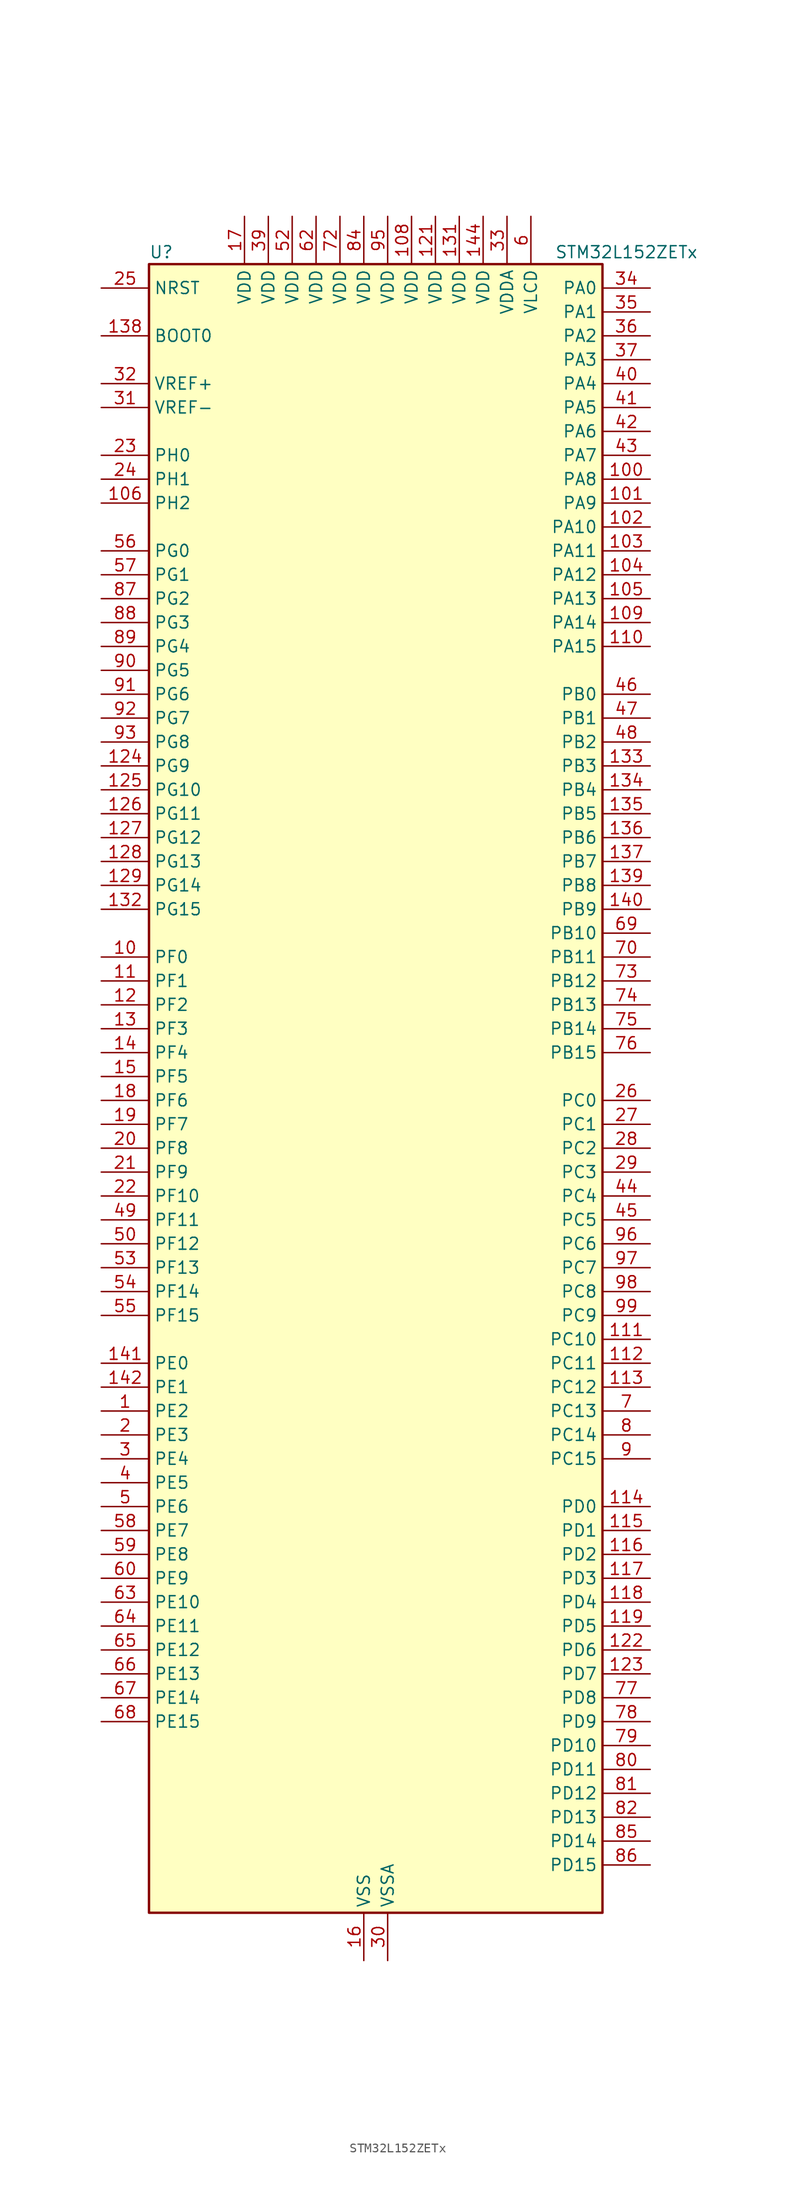
<source format=kicad_sym>
(kicad_symbol_lib
  (version 20231120)
  (generator "kicad-library-utils")
  (generator_version "8.0")
  (symbol "STM32L152ZETx"
    (property "Reference" "U"
      (at -22.86 90.17 0)
      (effects (font (size 1.27 1.27)) (justify left)))
    (property "Value" "STM32L152ZETx"
      (at 20.32 90.17 0)
      (effects (font (size 1.27 1.27)) (justify left)))
    (symbol "STM32L152ZETx_0_1"
      (rectangle (start -22.86 -86.36) (end 25.4 88.9) (stroke (width 0.254) (type default)) (fill (type background))))
    (symbol "STM32L152ZETx_1_1"
      (pin bidirectional line (at -27.94 -33.02 0) (length 5.08) (name "PE2" (effects (font (size 1.27 1.27)))) (number "1" (effects (font (size 1.27 1.27)))) (alternate "LCD_SEG38" bidirectional line) (alternate "SYS_TRACECK" bidirectional line) (alternate "TIM3_ETR" bidirectional line) (alternate "TIMX_IC3" bidirectional line))
      (pin bidirectional line (at -27.94 15.24 0) (length 5.08) (name "PF0" (effects (font (size 1.27 1.27)))) (number "10" (effects (font (size 1.27 1.27)))))
      (pin bidirectional line (at 30.48 66.04 180) (length 5.08) (name "PA8" (effects (font (size 1.27 1.27)))) (number "100" (effects (font (size 1.27 1.27)))) (alternate "LCD_COM0" bidirectional line) (alternate "RCC_MCO" bidirectional line) (alternate "TIMX_IC1" bidirectional line) (alternate "TS_G4_IO1" bidirectional line) (alternate "USART1_CK" bidirectional line))
      (pin bidirectional line (at 30.48 63.5 180) (length 5.08) (name "PA9" (effects (font (size 1.27 1.27)))) (number "101" (effects (font (size 1.27 1.27)))) (alternate "DAC_EXTI9" bidirectional line) (alternate "LCD_COM1" bidirectional line) (alternate "TIMX_IC2" bidirectional line) (alternate "TS_G4_IO2" bidirectional line) (alternate "USART1_TX" bidirectional line))
      (pin bidirectional line (at 30.48 60.96 180) (length 5.08) (name "PA10" (effects (font (size 1.27 1.27)))) (number "102" (effects (font (size 1.27 1.27)))) (alternate "LCD_COM2" bidirectional line) (alternate "TIMX_IC3" bidirectional line) (alternate "TS_G4_IO3" bidirectional line) (alternate "USART1_RX" bidirectional line))
      (pin bidirectional line (at 30.48 58.42 180) (length 5.08) (name "PA11" (effects (font (size 1.27 1.27)))) (number "103" (effects (font (size 1.27 1.27)))) (alternate "ADC_EXTI11" bidirectional line) (alternate "SPI1_MISO" bidirectional line) (alternate "TIMX_IC4" bidirectional line) (alternate "USART1_CTS" bidirectional line) (alternate "USB_DM" bidirectional line))
      (pin bidirectional line (at 30.48 55.88 180) (length 5.08) (name "PA12" (effects (font (size 1.27 1.27)))) (number "104" (effects (font (size 1.27 1.27)))) (alternate "SPI1_MOSI" bidirectional line) (alternate "TIMX_IC1" bidirectional line) (alternate "USART1_RTS" bidirectional line) (alternate "USB_DP" bidirectional line))
      (pin bidirectional line (at 30.48 53.34 180) (length 5.08) (name "PA13" (effects (font (size 1.27 1.27)))) (number "105" (effects (font (size 1.27 1.27)))) (alternate "SYS_JTMS-SWDIO" bidirectional line) (alternate "TIMX_IC2" bidirectional line) (alternate "TS_G5_IO1" bidirectional line))
      (pin bidirectional line (at -27.94 63.5 0) (length 5.08) (name "PH2" (effects (font (size 1.27 1.27)))) (number "106" (effects (font (size 1.27 1.27)))))
      (pin passive line (at 0 -91.44 90) (length 5.08) hide (name "VSS" (effects (font (size 1.27 1.27)))) (number "107" (effects (font (size 1.27 1.27)))))
      (pin power_in line (at 5.08 93.98 270) (length 5.08) (name "VDD" (effects (font (size 1.27 1.27)))) (number "108" (effects (font (size 1.27 1.27)))))
      (pin bidirectional line (at 30.48 50.8 180) (length 5.08) (name "PA14" (effects (font (size 1.27 1.27)))) (number "109" (effects (font (size 1.27 1.27)))) (alternate "SYS_JTCK-SWCLK" bidirectional line) (alternate "TIMX_IC3" bidirectional line) (alternate "TS_G5_IO2" bidirectional line))
      (pin bidirectional line (at -27.94 12.7 0) (length 5.08) (name "PF1" (effects (font (size 1.27 1.27)))) (number "11" (effects (font (size 1.27 1.27)))))
      (pin bidirectional line (at 30.48 48.26 180) (length 5.08) (name "PA15" (effects (font (size 1.27 1.27)))) (number "110" (effects (font (size 1.27 1.27)))) (alternate "ADC_EXTI15" bidirectional line) (alternate "I2S3_WS" bidirectional line) (alternate "LCD_SEG17" bidirectional line) (alternate "SPI1_NSS" bidirectional line) (alternate "SPI3_NSS" bidirectional line) (alternate "SYS_JTDI" bidirectional line) (alternate "TIM2_CH1" bidirectional line) (alternate "TIM2_ETR" bidirectional line) (alternate "TIMX_IC4" bidirectional line) (alternate "TS_G5_IO3" bidirectional line))
      (pin bidirectional line (at 30.48 -25.4 180) (length 5.08) (name "PC10" (effects (font (size 1.27 1.27)))) (number "111" (effects (font (size 1.27 1.27)))) (alternate "I2S3_CK" bidirectional line) (alternate "LCD_COM4" bidirectional line) (alternate "LCD_SEG28" bidirectional line) (alternate "LCD_SEG40" bidirectional line) (alternate "SPI3_SCK" bidirectional line) (alternate "TIMX_IC3" bidirectional line) (alternate "UART4_TX" bidirectional line) (alternate "USART3_TX" bidirectional line))
      (pin bidirectional line (at 30.48 -27.94 180) (length 5.08) (name "PC11" (effects (font (size 1.27 1.27)))) (number "112" (effects (font (size 1.27 1.27)))) (alternate "ADC_EXTI11" bidirectional line) (alternate "LCD_COM5" bidirectional line) (alternate "LCD_SEG29" bidirectional line) (alternate "LCD_SEG41" bidirectional line) (alternate "SPI3_MISO" bidirectional line) (alternate "TIMX_IC4" bidirectional line) (alternate "UART4_RX" bidirectional line) (alternate "USART3_RX" bidirectional line))
      (pin bidirectional line (at 30.48 -30.48 180) (length 5.08) (name "PC12" (effects (font (size 1.27 1.27)))) (number "113" (effects (font (size 1.27 1.27)))) (alternate "I2S3_SD" bidirectional line) (alternate "LCD_COM6" bidirectional line) (alternate "LCD_SEG30" bidirectional line) (alternate "LCD_SEG42" bidirectional line) (alternate "SPI3_MOSI" bidirectional line) (alternate "TIMX_IC1" bidirectional line) (alternate "UART5_TX" bidirectional line) (alternate "USART3_CK" bidirectional line))
      (pin bidirectional line (at 30.48 -43.18 180) (length 5.08) (name "PD0" (effects (font (size 1.27 1.27)))) (number "114" (effects (font (size 1.27 1.27)))) (alternate "I2S2_WS" bidirectional line) (alternate "SPI2_NSS" bidirectional line) (alternate "TIM9_CH1" bidirectional line) (alternate "TIMX_IC1" bidirectional line))
      (pin bidirectional line (at 30.48 -45.72 180) (length 5.08) (name "PD1" (effects (font (size 1.27 1.27)))) (number "115" (effects (font (size 1.27 1.27)))) (alternate "I2S2_CK" bidirectional line) (alternate "SPI2_SCK" bidirectional line) (alternate "TIMX_IC2" bidirectional line))
      (pin bidirectional line (at 30.48 -48.26 180) (length 5.08) (name "PD2" (effects (font (size 1.27 1.27)))) (number "116" (effects (font (size 1.27 1.27)))) (alternate "LCD_COM7" bidirectional line) (alternate "LCD_SEG31" bidirectional line) (alternate "LCD_SEG43" bidirectional line) (alternate "TIM3_ETR" bidirectional line) (alternate "TIMX_IC3" bidirectional line) (alternate "UART5_RX" bidirectional line))
      (pin bidirectional line (at 30.48 -50.8 180) (length 5.08) (name "PD3" (effects (font (size 1.27 1.27)))) (number "117" (effects (font (size 1.27 1.27)))) (alternate "SPI2_MISO" bidirectional line) (alternate "TIMX_IC4" bidirectional line) (alternate "USART2_CTS" bidirectional line))
      (pin bidirectional line (at 30.48 -53.34 180) (length 5.08) (name "PD4" (effects (font (size 1.27 1.27)))) (number "118" (effects (font (size 1.27 1.27)))) (alternate "I2S2_SD" bidirectional line) (alternate "SPI2_MOSI" bidirectional line) (alternate "TIMX_IC1" bidirectional line) (alternate "USART2_RTS" bidirectional line))
      (pin bidirectional line (at 30.48 -55.88 180) (length 5.08) (name "PD5" (effects (font (size 1.27 1.27)))) (number "119" (effects (font (size 1.27 1.27)))) (alternate "TIMX_IC2" bidirectional line) (alternate "USART2_TX" bidirectional line))
      (pin bidirectional line (at -27.94 10.16 0) (length 5.08) (name "PF2" (effects (font (size 1.27 1.27)))) (number "12" (effects (font (size 1.27 1.27)))))
      (pin passive line (at 0 -91.44 90) (length 5.08) hide (name "VSS" (effects (font (size 1.27 1.27)))) (number "120" (effects (font (size 1.27 1.27)))))
      (pin power_in line (at 7.62 93.98 270) (length 5.08) (name "VDD" (effects (font (size 1.27 1.27)))) (number "121" (effects (font (size 1.27 1.27)))))
      (pin bidirectional line (at 30.48 -58.42 180) (length 5.08) (name "PD6" (effects (font (size 1.27 1.27)))) (number "122" (effects (font (size 1.27 1.27)))) (alternate "TIMX_IC3" bidirectional line) (alternate "USART2_RX" bidirectional line))
      (pin bidirectional line (at 30.48 -60.96 180) (length 5.08) (name "PD7" (effects (font (size 1.27 1.27)))) (number "123" (effects (font (size 1.27 1.27)))) (alternate "TIM9_CH2" bidirectional line) (alternate "TIMX_IC4" bidirectional line) (alternate "USART2_CK" bidirectional line))
      (pin bidirectional line (at -27.94 35.56 0) (length 5.08) (name "PG9" (effects (font (size 1.27 1.27)))) (number "124" (effects (font (size 1.27 1.27)))) (alternate "DAC_EXTI9" bidirectional line))
      (pin bidirectional line (at -27.94 33.02 0) (length 5.08) (name "PG10" (effects (font (size 1.27 1.27)))) (number "125" (effects (font (size 1.27 1.27)))))
      (pin bidirectional line (at -27.94 30.48 0) (length 5.08) (name "PG11" (effects (font (size 1.27 1.27)))) (number "126" (effects (font (size 1.27 1.27)))) (alternate "ADC_EXTI11" bidirectional line))
      (pin bidirectional line (at -27.94 27.94 0) (length 5.08) (name "PG12" (effects (font (size 1.27 1.27)))) (number "127" (effects (font (size 1.27 1.27)))))
      (pin bidirectional line (at -27.94 25.4 0) (length 5.08) (name "PG13" (effects (font (size 1.27 1.27)))) (number "128" (effects (font (size 1.27 1.27)))))
      (pin bidirectional line (at -27.94 22.86 0) (length 5.08) (name "PG14" (effects (font (size 1.27 1.27)))) (number "129" (effects (font (size 1.27 1.27)))))
      (pin bidirectional line (at -27.94 7.62 0) (length 5.08) (name "PF3" (effects (font (size 1.27 1.27)))) (number "13" (effects (font (size 1.27 1.27)))))
      (pin passive line (at 0 -91.44 90) (length 5.08) hide (name "VSS" (effects (font (size 1.27 1.27)))) (number "130" (effects (font (size 1.27 1.27)))))
      (pin power_in line (at 10.16 93.98 270) (length 5.08) (name "VDD" (effects (font (size 1.27 1.27)))) (number "131" (effects (font (size 1.27 1.27)))))
      (pin bidirectional line (at -27.94 20.32 0) (length 5.08) (name "PG15" (effects (font (size 1.27 1.27)))) (number "132" (effects (font (size 1.27 1.27)))) (alternate "ADC_EXTI15" bidirectional line))
      (pin bidirectional line (at 30.48 35.56 180) (length 5.08) (name "PB3" (effects (font (size 1.27 1.27)))) (number "133" (effects (font (size 1.27 1.27)))) (alternate "COMP2_INM" bidirectional line) (alternate "I2S3_CK" bidirectional line) (alternate "LCD_SEG7" bidirectional line) (alternate "SPI1_SCK" bidirectional line) (alternate "SPI3_SCK" bidirectional line) (alternate "SYS_JTDO-TRACESWO" bidirectional line) (alternate "TIM2_CH2" bidirectional line))
      (pin bidirectional line (at 30.48 33.02 180) (length 5.08) (name "PB4" (effects (font (size 1.27 1.27)))) (number "134" (effects (font (size 1.27 1.27)))) (alternate "COMP2_INP" bidirectional line) (alternate "LCD_SEG8" bidirectional line) (alternate "SPI1_MISO" bidirectional line) (alternate "SPI3_MISO" bidirectional line) (alternate "SYS_JTRST" bidirectional line) (alternate "TIM3_CH1" bidirectional line) (alternate "TS_G6_IO1" bidirectional line))
      (pin bidirectional line (at 30.48 30.48 180) (length 5.08) (name "PB5" (effects (font (size 1.27 1.27)))) (number "135" (effects (font (size 1.27 1.27)))) (alternate "COMP2_INP" bidirectional line) (alternate "I2C1_SMBA" bidirectional line) (alternate "I2S3_SD" bidirectional line) (alternate "LCD_SEG9" bidirectional line) (alternate "SPI1_MOSI" bidirectional line) (alternate "SPI3_MOSI" bidirectional line) (alternate "TIM3_CH2" bidirectional line) (alternate "TS_G6_IO2" bidirectional line))
      (pin bidirectional line (at 30.48 27.94 180) (length 5.08) (name "PB6" (effects (font (size 1.27 1.27)))) (number "136" (effects (font (size 1.27 1.27)))) (alternate "COMP2_INP" bidirectional line) (alternate "I2C1_SCL" bidirectional line) (alternate "TIM4_CH1" bidirectional line) (alternate "TS_G6_IO3" bidirectional line) (alternate "USART1_TX" bidirectional line))
      (pin bidirectional line (at 30.48 25.4 180) (length 5.08) (name "PB7" (effects (font (size 1.27 1.27)))) (number "137" (effects (font (size 1.27 1.27)))) (alternate "COMP2_INP" bidirectional line) (alternate "I2C1_SDA" bidirectional line) (alternate "SYS_PVD_IN" bidirectional line) (alternate "TIM4_CH2" bidirectional line) (alternate "TS_G6_IO4" bidirectional line) (alternate "USART1_RX" bidirectional line))
      (pin input line (at -27.94 81.28 0) (length 5.08) (name "BOOT0" (effects (font (size 1.27 1.27)))) (number "138" (effects (font (size 1.27 1.27)))))
      (pin bidirectional line (at 30.48 22.86 180) (length 5.08) (name "PB8" (effects (font (size 1.27 1.27)))) (number "139" (effects (font (size 1.27 1.27)))) (alternate "I2C1_SCL" bidirectional line) (alternate "LCD_SEG16" bidirectional line) (alternate "TIM10_CH1" bidirectional line) (alternate "TIM4_CH3" bidirectional line))
      (pin bidirectional line (at -27.94 5.08 0) (length 5.08) (name "PF4" (effects (font (size 1.27 1.27)))) (number "14" (effects (font (size 1.27 1.27)))))
      (pin bidirectional line (at 30.48 20.32 180) (length 5.08) (name "PB9" (effects (font (size 1.27 1.27)))) (number "140" (effects (font (size 1.27 1.27)))) (alternate "DAC_EXTI9" bidirectional line) (alternate "I2C1_SDA" bidirectional line) (alternate "LCD_COM3" bidirectional line) (alternate "TIM11_CH1" bidirectional line) (alternate "TIM4_CH4" bidirectional line))
      (pin bidirectional line (at -27.94 -27.94 0) (length 5.08) (name "PE0" (effects (font (size 1.27 1.27)))) (number "141" (effects (font (size 1.27 1.27)))) (alternate "LCD_SEG36" bidirectional line) (alternate "TIM10_CH1" bidirectional line) (alternate "TIM4_ETR" bidirectional line) (alternate "TIMX_IC1" bidirectional line))
      (pin bidirectional line (at -27.94 -30.48 0) (length 5.08) (name "PE1" (effects (font (size 1.27 1.27)))) (number "142" (effects (font (size 1.27 1.27)))) (alternate "LCD_SEG37" bidirectional line) (alternate "TIM11_CH1" bidirectional line) (alternate "TIMX_IC2" bidirectional line))
      (pin passive line (at 0 -91.44 90) (length 5.08) hide (name "VSS" (effects (font (size 1.27 1.27)))) (number "143" (effects (font (size 1.27 1.27)))))
      (pin power_in line (at 12.7 93.98 270) (length 5.08) (name "VDD" (effects (font (size 1.27 1.27)))) (number "144" (effects (font (size 1.27 1.27)))))
      (pin bidirectional line (at -27.94 2.54 0) (length 5.08) (name "PF5" (effects (font (size 1.27 1.27)))) (number "15" (effects (font (size 1.27 1.27)))))
      (pin power_in line (at 0 -91.44 90) (length 5.08) (name "VSS" (effects (font (size 1.27 1.27)))) (number "16" (effects (font (size 1.27 1.27)))))
      (pin power_in line (at -12.7 93.98 270) (length 5.08) (name "VDD" (effects (font (size 1.27 1.27)))) (number "17" (effects (font (size 1.27 1.27)))))
      (pin bidirectional line (at -27.94 0 0) (length 5.08) (name "PF6" (effects (font (size 1.27 1.27)))) (number "18" (effects (font (size 1.27 1.27)))) (alternate "ADC_IN27" bidirectional line) (alternate "TIM5_CH1" bidirectional line) (alternate "TIM5_ETR" bidirectional line) (alternate "TS_G11_IO1" bidirectional line))
      (pin bidirectional line (at -27.94 -2.54 0) (length 5.08) (name "PF7" (effects (font (size 1.27 1.27)))) (number "19" (effects (font (size 1.27 1.27)))) (alternate "ADC_IN28" bidirectional line) (alternate "COMP1_INP" bidirectional line) (alternate "TIM5_CH2" bidirectional line) (alternate "TS_G11_IO2" bidirectional line))
      (pin bidirectional line (at -27.94 -35.56 0) (length 5.08) (name "PE3" (effects (font (size 1.27 1.27)))) (number "2" (effects (font (size 1.27 1.27)))) (alternate "LCD_SEG39" bidirectional line) (alternate "SYS_TRACED0" bidirectional line) (alternate "TIM3_CH1" bidirectional line) (alternate "TIMX_IC4" bidirectional line))
      (pin bidirectional line (at -27.94 -5.08 0) (length 5.08) (name "PF8" (effects (font (size 1.27 1.27)))) (number "20" (effects (font (size 1.27 1.27)))) (alternate "ADC_IN29" bidirectional line) (alternate "COMP1_INP" bidirectional line) (alternate "TIM5_CH3" bidirectional line) (alternate "TS_G11_IO3" bidirectional line))
      (pin bidirectional line (at -27.94 -7.62 0) (length 5.08) (name "PF9" (effects (font (size 1.27 1.27)))) (number "21" (effects (font (size 1.27 1.27)))) (alternate "ADC_IN30" bidirectional line) (alternate "COMP1_INP" bidirectional line) (alternate "DAC_EXTI9" bidirectional line) (alternate "TIM5_CH4" bidirectional line) (alternate "TS_G11_IO4" bidirectional line))
      (pin bidirectional line (at -27.94 -10.16 0) (length 5.08) (name "PF10" (effects (font (size 1.27 1.27)))) (number "22" (effects (font (size 1.27 1.27)))) (alternate "ADC_IN31" bidirectional line) (alternate "COMP1_INP" bidirectional line) (alternate "TS_G11_IO5" bidirectional line))
      (pin bidirectional line (at -27.94 68.58 0) (length 5.08) (name "PH0" (effects (font (size 1.27 1.27)))) (number "23" (effects (font (size 1.27 1.27)))) (alternate "RCC_OSC_IN" bidirectional line))
      (pin bidirectional line (at -27.94 66.04 0) (length 5.08) (name "PH1" (effects (font (size 1.27 1.27)))) (number "24" (effects (font (size 1.27 1.27)))) (alternate "RCC_OSC_OUT" bidirectional line))
      (pin input line (at -27.94 86.36 0) (length 5.08) (name "NRST" (effects (font (size 1.27 1.27)))) (number "25" (effects (font (size 1.27 1.27)))))
      (pin bidirectional line (at 30.48 0 180) (length 5.08) (name "PC0" (effects (font (size 1.27 1.27)))) (number "26" (effects (font (size 1.27 1.27)))) (alternate "ADC_IN10" bidirectional line) (alternate "COMP1_INP" bidirectional line) (alternate "LCD_SEG18" bidirectional line) (alternate "TIMX_IC1" bidirectional line) (alternate "TS_G8_IO1" bidirectional line))
      (pin bidirectional line (at 30.48 -2.54 180) (length 5.08) (name "PC1" (effects (font (size 1.27 1.27)))) (number "27" (effects (font (size 1.27 1.27)))) (alternate "ADC_IN11" bidirectional line) (alternate "COMP1_INP" bidirectional line) (alternate "LCD_SEG19" bidirectional line) (alternate "TIMX_IC2" bidirectional line) (alternate "TS_G8_IO2" bidirectional line))
      (pin bidirectional line (at 30.48 -5.08 180) (length 5.08) (name "PC2" (effects (font (size 1.27 1.27)))) (number "28" (effects (font (size 1.27 1.27)))) (alternate "ADC_IN12" bidirectional line) (alternate "COMP1_INP" bidirectional line) (alternate "LCD_SEG20" bidirectional line) (alternate "TIMX_IC3" bidirectional line) (alternate "TS_G8_IO3" bidirectional line))
      (pin bidirectional line (at 30.48 -7.62 180) (length 5.08) (name "PC3" (effects (font (size 1.27 1.27)))) (number "29" (effects (font (size 1.27 1.27)))) (alternate "ADC_IN13" bidirectional line) (alternate "COMP1_INP" bidirectional line) (alternate "LCD_SEG21" bidirectional line) (alternate "TIMX_IC4" bidirectional line) (alternate "TS_G8_IO4" bidirectional line))
      (pin bidirectional line (at -27.94 -38.1 0) (length 5.08) (name "PE4" (effects (font (size 1.27 1.27)))) (number "3" (effects (font (size 1.27 1.27)))) (alternate "SYS_TRACED1" bidirectional line) (alternate "TIM3_CH2" bidirectional line) (alternate "TIMX_IC1" bidirectional line))
      (pin power_in line (at 2.54 -91.44 90) (length 5.08) (name "VSSA" (effects (font (size 1.27 1.27)))) (number "30" (effects (font (size 1.27 1.27)))))
      (pin input line (at -27.94 73.66 0) (length 5.08) (name "VREF-" (effects (font (size 1.27 1.27)))) (number "31" (effects (font (size 1.27 1.27)))))
      (pin input line (at -27.94 76.2 0) (length 5.08) (name "VREF+" (effects (font (size 1.27 1.27)))) (number "32" (effects (font (size 1.27 1.27)))))
      (pin power_in line (at 15.24 93.98 270) (length 5.08) (name "VDDA" (effects (font (size 1.27 1.27)))) (number "33" (effects (font (size 1.27 1.27)))))
      (pin bidirectional line (at 30.48 86.36 180) (length 5.08) (name "PA0" (effects (font (size 1.27 1.27)))) (number "34" (effects (font (size 1.27 1.27)))) (alternate "ADC_IN0" bidirectional line) (alternate "COMP1_INP" bidirectional line) (alternate "RTC_TAMP2" bidirectional line) (alternate "SYS_WKUP1" bidirectional line) (alternate "TIM2_CH1" bidirectional line) (alternate "TIM2_ETR" bidirectional line) (alternate "TIM5_CH1" bidirectional line) (alternate "TIMX_IC1" bidirectional line) (alternate "TS_G1_IO1" bidirectional line) (alternate "USART2_CTS" bidirectional line))
      (pin bidirectional line (at 30.48 83.82 180) (length 5.08) (name "PA1" (effects (font (size 1.27 1.27)))) (number "35" (effects (font (size 1.27 1.27)))) (alternate "ADC_IN1" bidirectional line) (alternate "COMP1_INP" bidirectional line) (alternate "LCD_SEG0" bidirectional line) (alternate "OPAMP1_VINP" bidirectional line) (alternate "TIM2_CH2" bidirectional line) (alternate "TIM5_CH2" bidirectional line) (alternate "TIMX_IC2" bidirectional line) (alternate "TS_G1_IO2" bidirectional line) (alternate "USART2_RTS" bidirectional line))
      (pin bidirectional line (at 30.48 81.28 180) (length 5.08) (name "PA2" (effects (font (size 1.27 1.27)))) (number "36" (effects (font (size 1.27 1.27)))) (alternate "ADC_IN2" bidirectional line) (alternate "COMP1_INP" bidirectional line) (alternate "LCD_SEG1" bidirectional line) (alternate "OPAMP1_VINM" bidirectional line) (alternate "TIM2_CH3" bidirectional line) (alternate "TIM5_CH3" bidirectional line) (alternate "TIM9_CH1" bidirectional line) (alternate "TIMX_IC3" bidirectional line) (alternate "TS_G1_IO3" bidirectional line) (alternate "USART2_TX" bidirectional line))
      (pin bidirectional line (at 30.48 78.74 180) (length 5.08) (name "PA3" (effects (font (size 1.27 1.27)))) (number "37" (effects (font (size 1.27 1.27)))) (alternate "ADC_IN3" bidirectional line) (alternate "COMP1_INP" bidirectional line) (alternate "LCD_SEG2" bidirectional line) (alternate "OPAMP1_VOUT" bidirectional line) (alternate "TIM2_CH4" bidirectional line) (alternate "TIM5_CH4" bidirectional line) (alternate "TIM9_CH2" bidirectional line) (alternate "TIMX_IC4" bidirectional line) (alternate "TS_G1_IO4" bidirectional line) (alternate "USART2_RX" bidirectional line))
      (pin passive line (at 0 -91.44 90) (length 5.08) hide (name "VSS" (effects (font (size 1.27 1.27)))) (number "38" (effects (font (size 1.27 1.27)))))
      (pin power_in line (at -10.16 93.98 270) (length 5.08) (name "VDD" (effects (font (size 1.27 1.27)))) (number "39" (effects (font (size 1.27 1.27)))))
      (pin bidirectional line (at -27.94 -40.64 0) (length 5.08) (name "PE5" (effects (font (size 1.27 1.27)))) (number "4" (effects (font (size 1.27 1.27)))) (alternate "SYS_TRACED2" bidirectional line) (alternate "TIM9_CH1" bidirectional line) (alternate "TIMX_IC2" bidirectional line))
      (pin bidirectional line (at 30.48 76.2 180) (length 5.08) (name "PA4" (effects (font (size 1.27 1.27)))) (number "40" (effects (font (size 1.27 1.27)))) (alternate "ADC_IN4" bidirectional line) (alternate "COMP1_INP" bidirectional line) (alternate "DAC_OUT1" bidirectional line) (alternate "I2S3_WS" bidirectional line) (alternate "SPI1_NSS" bidirectional line) (alternate "SPI3_NSS" bidirectional line) (alternate "TIMX_IC1" bidirectional line) (alternate "USART2_CK" bidirectional line))
      (pin bidirectional line (at 30.48 73.66 180) (length 5.08) (name "PA5" (effects (font (size 1.27 1.27)))) (number "41" (effects (font (size 1.27 1.27)))) (alternate "ADC_IN5" bidirectional line) (alternate "COMP1_INP" bidirectional line) (alternate "DAC_OUT2" bidirectional line) (alternate "SPI1_SCK" bidirectional line) (alternate "TIM2_CH1" bidirectional line) (alternate "TIM2_ETR" bidirectional line) (alternate "TIMX_IC2" bidirectional line))
      (pin bidirectional line (at 30.48 71.12 180) (length 5.08) (name "PA6" (effects (font (size 1.27 1.27)))) (number "42" (effects (font (size 1.27 1.27)))) (alternate "ADC_IN6" bidirectional line) (alternate "COMP1_INP" bidirectional line) (alternate "LCD_SEG3" bidirectional line) (alternate "OPAMP2_VINP" bidirectional line) (alternate "SPI1_MISO" bidirectional line) (alternate "TIM10_CH1" bidirectional line) (alternate "TIM3_CH1" bidirectional line) (alternate "TIMX_IC3" bidirectional line) (alternate "TS_G2_IO1" bidirectional line))
      (pin bidirectional line (at 30.48 68.58 180) (length 5.08) (name "PA7" (effects (font (size 1.27 1.27)))) (number "43" (effects (font (size 1.27 1.27)))) (alternate "ADC_IN7" bidirectional line) (alternate "COMP1_INP" bidirectional line) (alternate "LCD_SEG4" bidirectional line) (alternate "OPAMP2_VINM" bidirectional line) (alternate "SPI1_MOSI" bidirectional line) (alternate "TIM11_CH1" bidirectional line) (alternate "TIM3_CH2" bidirectional line) (alternate "TIMX_IC4" bidirectional line) (alternate "TS_G2_IO2" bidirectional line))
      (pin bidirectional line (at 30.48 -10.16 180) (length 5.08) (name "PC4" (effects (font (size 1.27 1.27)))) (number "44" (effects (font (size 1.27 1.27)))) (alternate "ADC_IN14" bidirectional line) (alternate "COMP1_INP" bidirectional line) (alternate "LCD_SEG22" bidirectional line) (alternate "TIMX_IC1" bidirectional line) (alternate "TS_G9_IO1" bidirectional line))
      (pin bidirectional line (at 30.48 -12.7 180) (length 5.08) (name "PC5" (effects (font (size 1.27 1.27)))) (number "45" (effects (font (size 1.27 1.27)))) (alternate "ADC_IN15" bidirectional line) (alternate "COMP1_INP" bidirectional line) (alternate "LCD_SEG23" bidirectional line) (alternate "TIMX_IC2" bidirectional line) (alternate "TS_G9_IO2" bidirectional line))
      (pin bidirectional line (at 30.48 43.18 180) (length 5.08) (name "PB0" (effects (font (size 1.27 1.27)))) (number "46" (effects (font (size 1.27 1.27)))) (alternate "ADC_IN8" bidirectional line) (alternate "COMP1_INP" bidirectional line) (alternate "LCD_SEG5" bidirectional line) (alternate "OPAMP2_VOUT" bidirectional line) (alternate "SYS_V_REF_OUT" bidirectional line) (alternate "TIM3_CH3" bidirectional line) (alternate "TS_G3_IO1" bidirectional line))
      (pin bidirectional line (at 30.48 40.64 180) (length 5.08) (name "PB1" (effects (font (size 1.27 1.27)))) (number "47" (effects (font (size 1.27 1.27)))) (alternate "ADC_IN9" bidirectional line) (alternate "COMP1_INP" bidirectional line) (alternate "LCD_SEG6" bidirectional line) (alternate "SYS_V_REF_OUT" bidirectional line) (alternate "TIM3_CH4" bidirectional line) (alternate "TS_G3_IO2" bidirectional line))
      (pin bidirectional line (at 30.48 38.1 180) (length 5.08) (name "PB2" (effects (font (size 1.27 1.27)))) (number "48" (effects (font (size 1.27 1.27)))) (alternate "ADC_IN0b" bidirectional line) (alternate "TS_G3_IO3" bidirectional line))
      (pin bidirectional line (at -27.94 -12.7 0) (length 5.08) (name "PF11" (effects (font (size 1.27 1.27)))) (number "49" (effects (font (size 1.27 1.27)))) (alternate "ADC_EXTI11" bidirectional line) (alternate "ADC_IN1b" bidirectional line) (alternate "TS_G3_IO4" bidirectional line))
      (pin bidirectional line (at -27.94 -43.18 0) (length 5.08) (name "PE6" (effects (font (size 1.27 1.27)))) (number "5" (effects (font (size 1.27 1.27)))) (alternate "RTC_TAMP3" bidirectional line) (alternate "SYS_TRACED3" bidirectional line) (alternate "SYS_WKUP3" bidirectional line) (alternate "TIM9_CH2" bidirectional line) (alternate "TIMX_IC3" bidirectional line))
      (pin bidirectional line (at -27.94 -15.24 0) (length 5.08) (name "PF12" (effects (font (size 1.27 1.27)))) (number "50" (effects (font (size 1.27 1.27)))) (alternate "ADC_IN2b" bidirectional line) (alternate "TS_G3_IO5" bidirectional line))
      (pin passive line (at 0 -91.44 90) (length 5.08) hide (name "VSS" (effects (font (size 1.27 1.27)))) (number "51" (effects (font (size 1.27 1.27)))))
      (pin power_in line (at -7.62 93.98 270) (length 5.08) (name "VDD" (effects (font (size 1.27 1.27)))) (number "52" (effects (font (size 1.27 1.27)))))
      (pin bidirectional line (at -27.94 -17.78 0) (length 5.08) (name "PF13" (effects (font (size 1.27 1.27)))) (number "53" (effects (font (size 1.27 1.27)))) (alternate "ADC_IN3b" bidirectional line) (alternate "TS_G9_IO3" bidirectional line))
      (pin bidirectional line (at -27.94 -20.32 0) (length 5.08) (name "PF14" (effects (font (size 1.27 1.27)))) (number "54" (effects (font (size 1.27 1.27)))) (alternate "ADC_IN6b" bidirectional line) (alternate "TS_G9_IO4" bidirectional line))
      (pin bidirectional line (at -27.94 -22.86 0) (length 5.08) (name "PF15" (effects (font (size 1.27 1.27)))) (number "55" (effects (font (size 1.27 1.27)))) (alternate "ADC_EXTI15" bidirectional line) (alternate "ADC_IN7b" bidirectional line) (alternate "TS_G2_IO3" bidirectional line))
      (pin bidirectional line (at -27.94 58.42 0) (length 5.08) (name "PG0" (effects (font (size 1.27 1.27)))) (number "56" (effects (font (size 1.27 1.27)))) (alternate "ADC_IN8b" bidirectional line) (alternate "TS_G2_IO4" bidirectional line))
      (pin bidirectional line (at -27.94 55.88 0) (length 5.08) (name "PG1" (effects (font (size 1.27 1.27)))) (number "57" (effects (font (size 1.27 1.27)))) (alternate "ADC_IN9b" bidirectional line) (alternate "TS_G2_IO5" bidirectional line))
      (pin bidirectional line (at -27.94 -45.72 0) (length 5.08) (name "PE7" (effects (font (size 1.27 1.27)))) (number "58" (effects (font (size 1.27 1.27)))) (alternate "ADC_IN22" bidirectional line) (alternate "COMP1_INP" bidirectional line) (alternate "TIMX_IC4" bidirectional line))
      (pin bidirectional line (at -27.94 -48.26 0) (length 5.08) (name "PE8" (effects (font (size 1.27 1.27)))) (number "59" (effects (font (size 1.27 1.27)))) (alternate "ADC_IN23" bidirectional line) (alternate "COMP1_INP" bidirectional line) (alternate "TIMX_IC1" bidirectional line))
      (pin power_in line (at 17.78 93.98 270) (length 5.08) (name "VLCD" (effects (font (size 1.27 1.27)))) (number "6" (effects (font (size 1.27 1.27)))))
      (pin bidirectional line (at -27.94 -50.8 0) (length 5.08) (name "PE9" (effects (font (size 1.27 1.27)))) (number "60" (effects (font (size 1.27 1.27)))) (alternate "ADC_IN24" bidirectional line) (alternate "COMP1_INP" bidirectional line) (alternate "DAC_EXTI9" bidirectional line) (alternate "TIM2_CH1" bidirectional line) (alternate "TIM2_ETR" bidirectional line) (alternate "TIMX_IC2" bidirectional line))
      (pin passive line (at 0 -91.44 90) (length 5.08) hide (name "VSS" (effects (font (size 1.27 1.27)))) (number "61" (effects (font (size 1.27 1.27)))))
      (pin power_in line (at -5.08 93.98 270) (length 5.08) (name "VDD" (effects (font (size 1.27 1.27)))) (number "62" (effects (font (size 1.27 1.27)))))
      (pin bidirectional line (at -27.94 -53.34 0) (length 5.08) (name "PE10" (effects (font (size 1.27 1.27)))) (number "63" (effects (font (size 1.27 1.27)))) (alternate "ADC_IN25" bidirectional line) (alternate "COMP1_INP" bidirectional line) (alternate "TIM2_CH2" bidirectional line) (alternate "TIMX_IC3" bidirectional line))
      (pin bidirectional line (at -27.94 -55.88 0) (length 5.08) (name "PE11" (effects (font (size 1.27 1.27)))) (number "64" (effects (font (size 1.27 1.27)))) (alternate "ADC_EXTI11" bidirectional line) (alternate "TIM2_CH3" bidirectional line) (alternate "TIMX_IC4" bidirectional line))
      (pin bidirectional line (at -27.94 -58.42 0) (length 5.08) (name "PE12" (effects (font (size 1.27 1.27)))) (number "65" (effects (font (size 1.27 1.27)))) (alternate "SPI1_NSS" bidirectional line) (alternate "TIM2_CH4" bidirectional line) (alternate "TIMX_IC1" bidirectional line))
      (pin bidirectional line (at -27.94 -60.96 0) (length 5.08) (name "PE13" (effects (font (size 1.27 1.27)))) (number "66" (effects (font (size 1.27 1.27)))) (alternate "SPI1_SCK" bidirectional line) (alternate "TIMX_IC2" bidirectional line))
      (pin bidirectional line (at -27.94 -63.5 0) (length 5.08) (name "PE14" (effects (font (size 1.27 1.27)))) (number "67" (effects (font (size 1.27 1.27)))) (alternate "SPI1_MISO" bidirectional line) (alternate "TIMX_IC3" bidirectional line))
      (pin bidirectional line (at -27.94 -66.04 0) (length 5.08) (name "PE15" (effects (font (size 1.27 1.27)))) (number "68" (effects (font (size 1.27 1.27)))) (alternate "ADC_EXTI15" bidirectional line) (alternate "SPI1_MOSI" bidirectional line) (alternate "TIMX_IC4" bidirectional line))
      (pin bidirectional line (at 30.48 17.78 180) (length 5.08) (name "PB10" (effects (font (size 1.27 1.27)))) (number "69" (effects (font (size 1.27 1.27)))) (alternate "I2C2_SCL" bidirectional line) (alternate "LCD_SEG10" bidirectional line) (alternate "TIM2_CH3" bidirectional line) (alternate "USART3_TX" bidirectional line))
      (pin bidirectional line (at 30.48 -33.02 180) (length 5.08) (name "PC13" (effects (font (size 1.27 1.27)))) (number "7" (effects (font (size 1.27 1.27)))) (alternate "RTC_OUT_ALARM" bidirectional line) (alternate "RTC_OUT_CALIB" bidirectional line) (alternate "RTC_TAMP1" bidirectional line) (alternate "RTC_TS" bidirectional line) (alternate "SYS_WKUP2" bidirectional line) (alternate "TIMX_IC2" bidirectional line))
      (pin bidirectional line (at 30.48 15.24 180) (length 5.08) (name "PB11" (effects (font (size 1.27 1.27)))) (number "70" (effects (font (size 1.27 1.27)))) (alternate "ADC_EXTI11" bidirectional line) (alternate "I2C2_SDA" bidirectional line) (alternate "LCD_SEG11" bidirectional line) (alternate "TIM2_CH4" bidirectional line) (alternate "USART3_RX" bidirectional line))
      (pin passive line (at 0 -91.44 90) (length 5.08) hide (name "VSS" (effects (font (size 1.27 1.27)))) (number "71" (effects (font (size 1.27 1.27)))))
      (pin power_in line (at -2.54 93.98 270) (length 5.08) (name "VDD" (effects (font (size 1.27 1.27)))) (number "72" (effects (font (size 1.27 1.27)))))
      (pin bidirectional line (at 30.48 12.7 180) (length 5.08) (name "PB12" (effects (font (size 1.27 1.27)))) (number "73" (effects (font (size 1.27 1.27)))) (alternate "ADC_IN18" bidirectional line) (alternate "COMP1_INP" bidirectional line) (alternate "I2C2_SMBA" bidirectional line) (alternate "I2S2_WS" bidirectional line) (alternate "LCD_SEG12" bidirectional line) (alternate "SPI2_NSS" bidirectional line) (alternate "TIM10_CH1" bidirectional line) (alternate "TS_G7_IO1" bidirectional line) (alternate "USART3_CK" bidirectional line))
      (pin bidirectional line (at 30.48 10.16 180) (length 5.08) (name "PB13" (effects (font (size 1.27 1.27)))) (number "74" (effects (font (size 1.27 1.27)))) (alternate "ADC_IN19" bidirectional line) (alternate "COMP1_INP" bidirectional line) (alternate "I2S2_CK" bidirectional line) (alternate "LCD_SEG13" bidirectional line) (alternate "SPI2_SCK" bidirectional line) (alternate "TIM9_CH1" bidirectional line) (alternate "TS_G7_IO2" bidirectional line) (alternate "USART3_CTS" bidirectional line))
      (pin bidirectional line (at 30.48 7.62 180) (length 5.08) (name "PB14" (effects (font (size 1.27 1.27)))) (number "75" (effects (font (size 1.27 1.27)))) (alternate "ADC_IN20" bidirectional line) (alternate "COMP1_INP" bidirectional line) (alternate "LCD_SEG14" bidirectional line) (alternate "SPI2_MISO" bidirectional line) (alternate "TIM9_CH2" bidirectional line) (alternate "TS_G7_IO3" bidirectional line) (alternate "USART3_RTS" bidirectional line))
      (pin bidirectional line (at 30.48 5.08 180) (length 5.08) (name "PB15" (effects (font (size 1.27 1.27)))) (number "76" (effects (font (size 1.27 1.27)))) (alternate "ADC_EXTI15" bidirectional line) (alternate "ADC_IN21" bidirectional line) (alternate "COMP1_INP" bidirectional line) (alternate "I2S2_SD" bidirectional line) (alternate "LCD_SEG15" bidirectional line) (alternate "RTC_REFIN" bidirectional line) (alternate "SPI2_MOSI" bidirectional line) (alternate "TIM11_CH1" bidirectional line) (alternate "TS_G7_IO4" bidirectional line))
      (pin bidirectional line (at 30.48 -63.5 180) (length 5.08) (name "PD8" (effects (font (size 1.27 1.27)))) (number "77" (effects (font (size 1.27 1.27)))) (alternate "LCD_SEG28" bidirectional line) (alternate "TIMX_IC1" bidirectional line) (alternate "USART3_TX" bidirectional line))
      (pin bidirectional line (at 30.48 -66.04 180) (length 5.08) (name "PD9" (effects (font (size 1.27 1.27)))) (number "78" (effects (font (size 1.27 1.27)))) (alternate "DAC_EXTI9" bidirectional line) (alternate "LCD_SEG29" bidirectional line) (alternate "TIMX_IC2" bidirectional line) (alternate "USART3_RX" bidirectional line))
      (pin bidirectional line (at 30.48 -68.58 180) (length 5.08) (name "PD10" (effects (font (size 1.27 1.27)))) (number "79" (effects (font (size 1.27 1.27)))) (alternate "LCD_SEG30" bidirectional line) (alternate "TIMX_IC3" bidirectional line) (alternate "USART3_CK" bidirectional line))
      (pin bidirectional line (at 30.48 -35.56 180) (length 5.08) (name "PC14" (effects (font (size 1.27 1.27)))) (number "8" (effects (font (size 1.27 1.27)))) (alternate "RCC_OSC32_IN" bidirectional line) (alternate "TIMX_IC3" bidirectional line))
      (pin bidirectional line (at 30.48 -71.12 180) (length 5.08) (name "PD11" (effects (font (size 1.27 1.27)))) (number "80" (effects (font (size 1.27 1.27)))) (alternate "ADC_EXTI11" bidirectional line) (alternate "LCD_SEG31" bidirectional line) (alternate "TIMX_IC4" bidirectional line) (alternate "USART3_CTS" bidirectional line))
      (pin bidirectional line (at 30.48 -73.66 180) (length 5.08) (name "PD12" (effects (font (size 1.27 1.27)))) (number "81" (effects (font (size 1.27 1.27)))) (alternate "LCD_SEG32" bidirectional line) (alternate "TIM4_CH1" bidirectional line) (alternate "TIMX_IC1" bidirectional line) (alternate "USART3_RTS" bidirectional line))
      (pin bidirectional line (at 30.48 -76.2 180) (length 5.08) (name "PD13" (effects (font (size 1.27 1.27)))) (number "82" (effects (font (size 1.27 1.27)))) (alternate "LCD_SEG33" bidirectional line) (alternate "TIM4_CH2" bidirectional line) (alternate "TIMX_IC2" bidirectional line))
      (pin passive line (at 0 -91.44 90) (length 5.08) hide (name "VSS" (effects (font (size 1.27 1.27)))) (number "83" (effects (font (size 1.27 1.27)))))
      (pin power_in line (at 0 93.98 270) (length 5.08) (name "VDD" (effects (font (size 1.27 1.27)))) (number "84" (effects (font (size 1.27 1.27)))))
      (pin bidirectional line (at 30.48 -78.74 180) (length 5.08) (name "PD14" (effects (font (size 1.27 1.27)))) (number "85" (effects (font (size 1.27 1.27)))) (alternate "LCD_SEG34" bidirectional line) (alternate "TIM4_CH3" bidirectional line) (alternate "TIMX_IC3" bidirectional line))
      (pin bidirectional line (at 30.48 -81.28 180) (length 5.08) (name "PD15" (effects (font (size 1.27 1.27)))) (number "86" (effects (font (size 1.27 1.27)))) (alternate "ADC_EXTI15" bidirectional line) (alternate "LCD_SEG35" bidirectional line) (alternate "TIM4_CH4" bidirectional line) (alternate "TIMX_IC4" bidirectional line))
      (pin bidirectional line (at -27.94 53.34 0) (length 5.08) (name "PG2" (effects (font (size 1.27 1.27)))) (number "87" (effects (font (size 1.27 1.27)))) (alternate "ADC_IN10b" bidirectional line) (alternate "TS_G7_IO5" bidirectional line))
      (pin bidirectional line (at -27.94 50.8 0) (length 5.08) (name "PG3" (effects (font (size 1.27 1.27)))) (number "88" (effects (font (size 1.27 1.27)))) (alternate "ADC_IN11b" bidirectional line) (alternate "TS_G7_IO6" bidirectional line))
      (pin bidirectional line (at -27.94 48.26 0) (length 5.08) (name "PG4" (effects (font (size 1.27 1.27)))) (number "89" (effects (font (size 1.27 1.27)))) (alternate "ADC_IN12b" bidirectional line) (alternate "TS_G7_IO7" bidirectional line))
      (pin bidirectional line (at 30.48 -38.1 180) (length 5.08) (name "PC15" (effects (font (size 1.27 1.27)))) (number "9" (effects (font (size 1.27 1.27)))) (alternate "ADC_EXTI15" bidirectional line) (alternate "RCC_OSC32_OUT" bidirectional line) (alternate "TIMX_IC4" bidirectional line))
      (pin bidirectional line (at -27.94 45.72 0) (length 5.08) (name "PG5" (effects (font (size 1.27 1.27)))) (number "90" (effects (font (size 1.27 1.27)))))
      (pin bidirectional line (at -27.94 43.18 0) (length 5.08) (name "PG6" (effects (font (size 1.27 1.27)))) (number "91" (effects (font (size 1.27 1.27)))))
      (pin bidirectional line (at -27.94 40.64 0) (length 5.08) (name "PG7" (effects (font (size 1.27 1.27)))) (number "92" (effects (font (size 1.27 1.27)))))
      (pin bidirectional line (at -27.94 38.1 0) (length 5.08) (name "PG8" (effects (font (size 1.27 1.27)))) (number "93" (effects (font (size 1.27 1.27)))))
      (pin passive line (at 0 -91.44 90) (length 5.08) hide (name "VSS" (effects (font (size 1.27 1.27)))) (number "94" (effects (font (size 1.27 1.27)))))
      (pin power_in line (at 2.54 93.98 270) (length 5.08) (name "VDD" (effects (font (size 1.27 1.27)))) (number "95" (effects (font (size 1.27 1.27)))))
      (pin bidirectional line (at 30.48 -15.24 180) (length 5.08) (name "PC6" (effects (font (size 1.27 1.27)))) (number "96" (effects (font (size 1.27 1.27)))) (alternate "I2S2_MCK" bidirectional line) (alternate "LCD_SEG24" bidirectional line) (alternate "TIM3_CH1" bidirectional line) (alternate "TIMX_IC3" bidirectional line) (alternate "TS_G10_IO1" bidirectional line))
      (pin bidirectional line (at 30.48 -17.78 180) (length 5.08) (name "PC7" (effects (font (size 1.27 1.27)))) (number "97" (effects (font (size 1.27 1.27)))) (alternate "I2S3_MCK" bidirectional line) (alternate "LCD_SEG25" bidirectional line) (alternate "TIM3_CH2" bidirectional line) (alternate "TIMX_IC4" bidirectional line) (alternate "TS_G10_IO2" bidirectional line))
      (pin bidirectional line (at 30.48 -20.32 180) (length 5.08) (name "PC8" (effects (font (size 1.27 1.27)))) (number "98" (effects (font (size 1.27 1.27)))) (alternate "LCD_SEG26" bidirectional line) (alternate "TIM3_CH3" bidirectional line) (alternate "TIMX_IC1" bidirectional line) (alternate "TS_G10_IO3" bidirectional line))
      (pin bidirectional line (at 30.48 -22.86 180) (length 5.08) (name "PC9" (effects (font (size 1.27 1.27)))) (number "99" (effects (font (size 1.27 1.27)))) (alternate "DAC_EXTI9" bidirectional line) (alternate "LCD_SEG27" bidirectional line) (alternate "TIM3_CH4" bidirectional line) (alternate "TIMX_IC2" bidirectional line) (alternate "TS_G10_IO4" bidirectional line)))))
</source>
